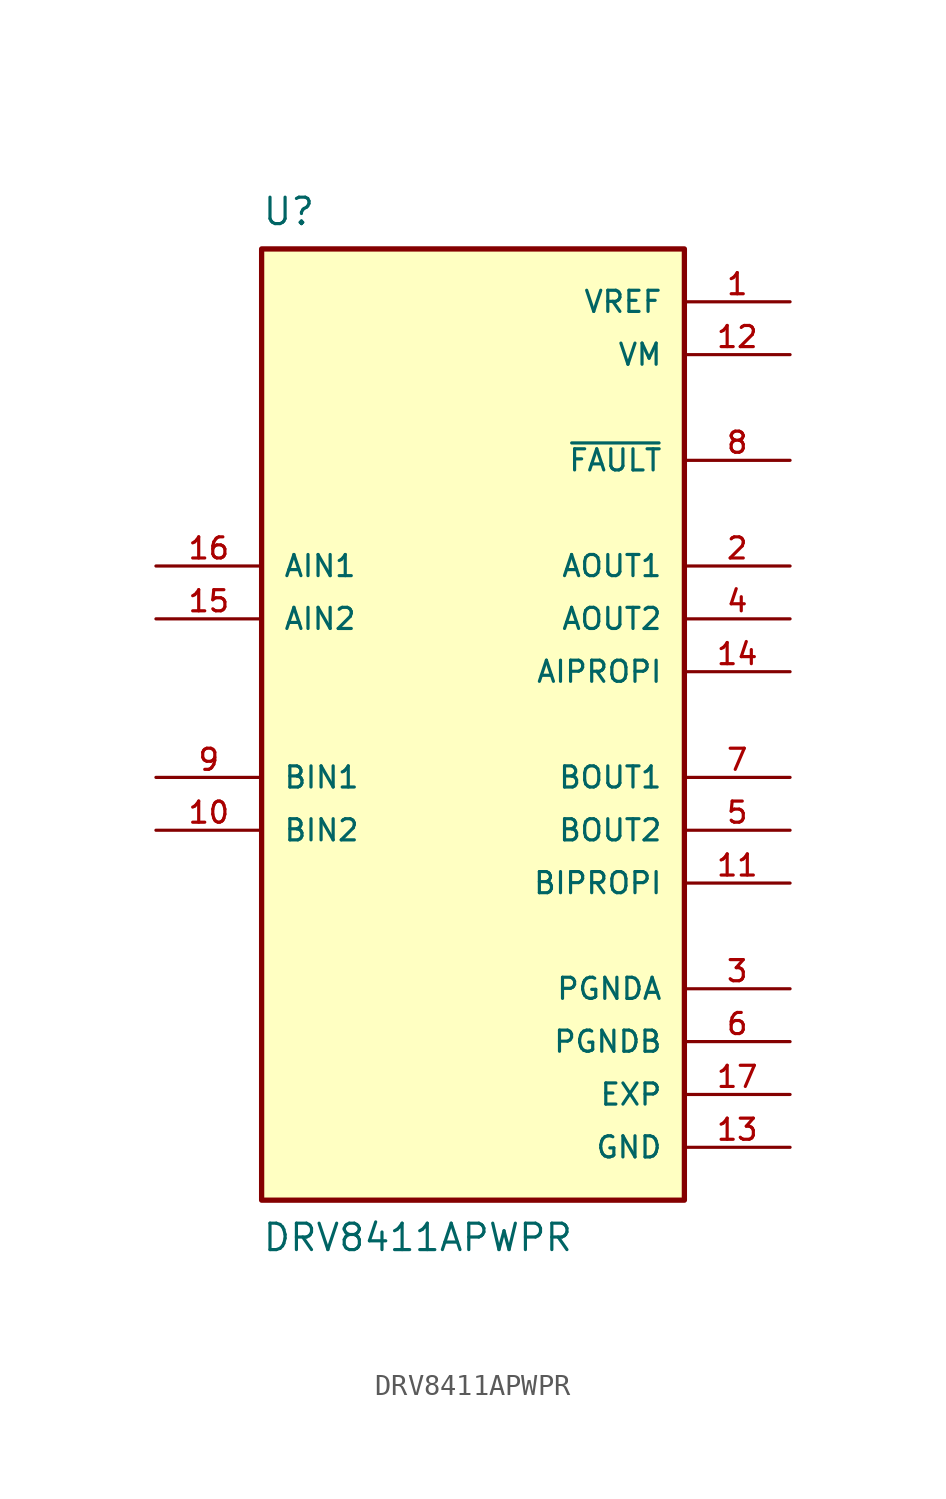
<source format=kicad_sym>
(kicad_symbol_lib
  (version 20211014)
  (generator kicad_symbol_editor)
  (symbol "DRV8411APWPR"
    (pin_names
      (offset 1.016))
    (property "Reference" "U"
      (at -10.16 25.4 0)
      (effects (font (size 1.27 1.27)) (justify top left)))
    (property "Value" "DRV8411APWPR"
      (at -10.16 -25.4 0)
      (effects (font (size 1.27 1.27)) (justify bottom left)))
    (symbol "DRV8411APWPR_0_0"
      (rectangle (start -10.16 -22.86) (end 10.16 22.86) (stroke (width 0.254)) (fill (type background)))
      (pin power_in line (at 15.24 20.32 180.0) (length 5.08) (name "VREF" (effects (font (size 1.016 1.016)))) (number "1" (effects (font (size 1.016 1.016)))))
      (pin output line (at 15.24 7.62 180.0) (length 5.08) (name "AOUT1" (effects (font (size 1.016 1.016)))) (number "2" (effects (font (size 1.016 1.016)))))
      (pin power_in line (at 15.24 -12.7 180.0) (length 5.08) (name "PGNDA" (effects (font (size 1.016 1.016)))) (number "3" (effects (font (size 1.016 1.016)))))
      (pin output line (at 15.24 5.08 180.0) (length 5.08) (name "AOUT2" (effects (font (size 1.016 1.016)))) (number "4" (effects (font (size 1.016 1.016)))))
      (pin output line (at 15.24 -5.08 180.0) (length 5.08) (name "BOUT2" (effects (font (size 1.016 1.016)))) (number "5" (effects (font (size 1.016 1.016)))))
      (pin power_in line (at 15.24 -15.24 180.0) (length 5.08) (name "PGNDB" (effects (font (size 1.016 1.016)))) (number "6" (effects (font (size 1.016 1.016)))))
      (pin output line (at 15.24 -2.54 180.0) (length 5.08) (name "BOUT1" (effects (font (size 1.016 1.016)))) (number "7" (effects (font (size 1.016 1.016)))))
      (pin output line (at 15.24 12.7 180.0) (length 5.08) (name "~{FAULT}" (effects (font (size 1.016 1.016)))) (number "8" (effects (font (size 1.016 1.016)))))
      (pin input line (at -15.24 -2.54 0) (length 5.08) (name "BIN1" (effects (font (size 1.016 1.016)))) (number "9" (effects (font (size 1.016 1.016)))))
      (pin input line (at -15.24 -5.08 0) (length 5.08) (name "BIN2" (effects (font (size 1.016 1.016)))) (number "10" (effects (font (size 1.016 1.016)))))
      (pin output line (at 15.24 -7.62 180.0) (length 5.08) (name "BIPROPI" (effects (font (size 1.016 1.016)))) (number "11" (effects (font (size 1.016 1.016)))))
      (pin power_in line (at 15.24 17.78 180.0) (length 5.08) (name "VM" (effects (font (size 1.016 1.016)))) (number "12" (effects (font (size 1.016 1.016)))))
      (pin power_in line (at 15.24 -20.32 180.0) (length 5.08) (name "GND" (effects (font (size 1.016 1.016)))) (number "13" (effects (font (size 1.016 1.016)))))
      (pin output line (at 15.24 2.54 180.0) (length 5.08) (name "AIPROPI" (effects (font (size 1.016 1.016)))) (number "14" (effects (font (size 1.016 1.016)))))
      (pin input line (at -15.24 5.08 0) (length 5.08) (name "AIN2" (effects (font (size 1.016 1.016)))) (number "15" (effects (font (size 1.016 1.016)))))
      (pin input line (at -15.24 7.62 0) (length 5.08) (name "AIN1" (effects (font (size 1.016 1.016)))) (number "16" (effects (font (size 1.016 1.016)))))
      (pin passive line (at 15.24 -17.78 180.0) (length 5.08) (name "EXP" (effects (font (size 1.016 1.016)))) (number "17" (effects (font (size 1.016 1.016))))))))
</source>
